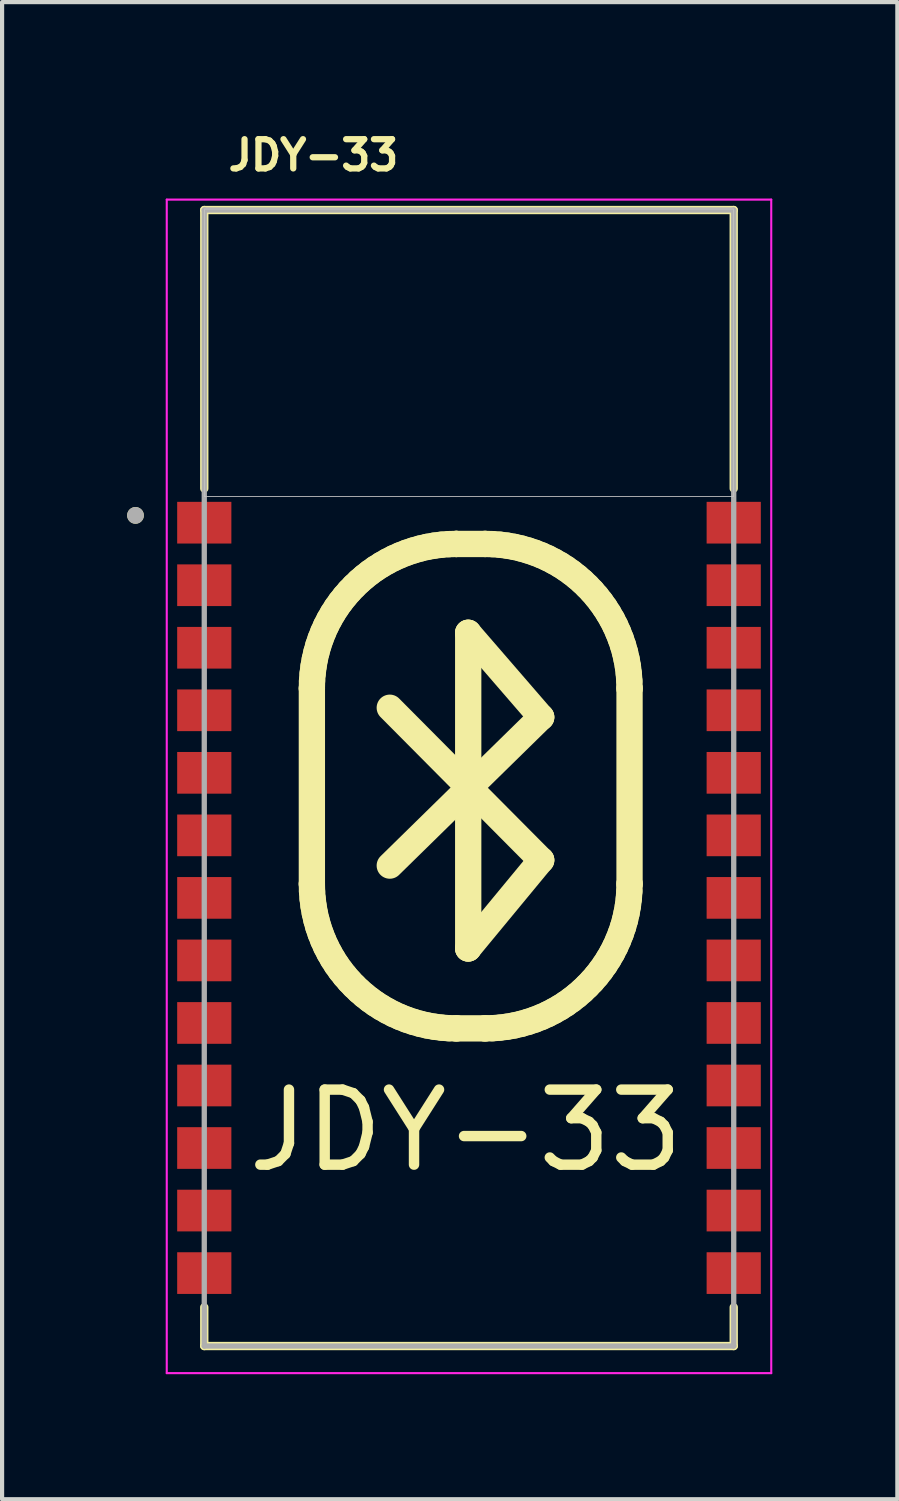
<source format=kicad_pcb>
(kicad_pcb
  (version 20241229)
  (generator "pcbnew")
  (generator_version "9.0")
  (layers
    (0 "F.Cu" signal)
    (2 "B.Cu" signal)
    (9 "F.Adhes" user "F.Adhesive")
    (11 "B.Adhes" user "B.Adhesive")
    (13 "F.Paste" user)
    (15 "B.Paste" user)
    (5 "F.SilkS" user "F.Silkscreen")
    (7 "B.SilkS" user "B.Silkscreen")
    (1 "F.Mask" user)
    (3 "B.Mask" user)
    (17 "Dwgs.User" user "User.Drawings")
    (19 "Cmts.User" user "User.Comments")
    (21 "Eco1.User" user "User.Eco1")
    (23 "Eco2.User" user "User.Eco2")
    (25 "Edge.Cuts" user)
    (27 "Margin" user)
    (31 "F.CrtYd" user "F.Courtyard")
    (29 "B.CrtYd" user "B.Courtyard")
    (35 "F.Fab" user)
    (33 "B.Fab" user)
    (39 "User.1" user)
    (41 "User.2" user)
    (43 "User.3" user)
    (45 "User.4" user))
  (footprint "JDY-33"
    (layer "F.Cu")
    (at 8.2 15.813)
    (property "Reference" "JDY-33" (at -3.732 -15.14 0) (layer "F.SilkS") (effects (font (size 0.701 0.701) (thickness 0.15))))
    (attr through_hole)
    (fp_poly (pts (xy 6.5 -13.9) (xy 6.5 -6.9) (xy -6.5 -6.9) (xy -6.5 -13.9)) (stroke (width 0.12) (type solid)) (fill yes) (layer "F.Mask"))
    (fp_poly (pts (xy 6.5 -13.9) (xy 6.5 -6.9) (xy -6.5 -6.9) (xy -6.5 -13.9)) (stroke (width 0.12) (type solid)) (fill yes) (layer "B.Mask"))
    (fp_line (start -6.35 -13.825) (end 6.35 -13.825) (stroke (width 0.2) (type solid)) (layer "F.SilkS"))
    (fp_line (start -6.35 -7.145) (end -6.35 -13.825) (stroke (width 0.2) (type solid)) (layer "F.SilkS"))
    (fp_line (start -6.35 12.495) (end -6.35 13.425) (stroke (width 0.2) (type solid)) (layer "F.SilkS"))
    (fp_line (start -6.35 13.425) (end 6.35 13.425) (stroke (width 0.2) (type solid)) (layer "F.SilkS"))
    (fp_line (start -3.769 -2.351) (end -3.769 -2.351) (stroke (width 0.631) (type solid)) (layer "F.SilkS"))
    (fp_line (start -3.769 -2.351) (end -3.765 -2.529) (stroke (width 0.631) (type solid)) (layer "F.SilkS"))
    (fp_line (start -3.769 2.341) (end -3.769 -2.351) (stroke (width 0.631) (type solid)) (layer "F.SilkS"))
    (fp_line (start -3.769 2.341) (end -3.769 2.341) (stroke (width 0.631) (type solid)) (layer "F.SilkS"))
    (fp_line (start -3.765 -2.529) (end -3.751 -2.705) (stroke (width 0.631) (type solid)) (layer "F.SilkS"))
    (fp_line (start -3.765 2.519) (end -3.769 2.341) (stroke (width 0.631) (type solid)) (layer "F.SilkS"))
    (fp_line (start -3.751 -2.705) (end -3.729 -2.878) (stroke (width 0.631) (type solid)) (layer "F.SilkS"))
    (fp_line (start -3.751 2.695) (end -3.765 2.519) (stroke (width 0.631) (type solid)) (layer "F.SilkS"))
    (fp_line (start -3.729 -2.878) (end -3.699 -3.049) (stroke (width 0.631) (type solid)) (layer "F.SilkS"))
    (fp_line (start -3.729 2.868) (end -3.751 2.695) (stroke (width 0.631) (type solid)) (layer "F.SilkS"))
    (fp_line (start -3.699 -3.049) (end -3.66 -3.216) (stroke (width 0.631) (type solid)) (layer "F.SilkS"))
    (fp_line (start -3.699 3.039) (end -3.729 2.868) (stroke (width 0.631) (type solid)) (layer "F.SilkS"))
    (fp_line (start -3.66 -3.216) (end -3.614 -3.381) (stroke (width 0.631) (type solid)) (layer "F.SilkS"))
    (fp_line (start -3.66 3.206) (end -3.699 3.039) (stroke (width 0.631) (type solid)) (layer "F.SilkS"))
    (fp_line (start -3.614 -3.381) (end -3.559 -3.542) (stroke (width 0.631) (type solid)) (layer "F.SilkS"))
    (fp_line (start -3.614 3.371) (end -3.66 3.206) (stroke (width 0.631) (type solid)) (layer "F.SilkS"))
    (fp_line (start -3.559 -3.542) (end -3.497 -3.699) (stroke (width 0.631) (type solid)) (layer "F.SilkS"))
    (fp_line (start -3.559 3.532) (end -3.614 3.371) (stroke (width 0.631) (type solid)) (layer "F.SilkS"))
    (fp_line (start -3.497 -3.699) (end -3.428 -3.853) (stroke (width 0.631) (type solid)) (layer "F.SilkS"))
    (fp_line (start -3.497 3.689) (end -3.559 3.532) (stroke (width 0.631) (type solid)) (layer "F.SilkS"))
    (fp_line (start -3.428 -3.853) (end -3.351 -4.002) (stroke (width 0.631) (type solid)) (layer "F.SilkS"))
    (fp_line (start -3.428 3.843) (end -3.497 3.689) (stroke (width 0.631) (type solid)) (layer "F.SilkS"))
    (fp_line (start -3.351 -4.002) (end -3.268 -4.147) (stroke (width 0.631) (type solid)) (layer "F.SilkS"))
    (fp_line (start -3.351 3.992) (end -3.428 3.843) (stroke (width 0.631) (type solid)) (layer "F.SilkS"))
    (fp_line (start -3.268 -4.147) (end -3.178 -4.288) (stroke (width 0.631) (type solid)) (layer "F.SilkS"))
    (fp_line (start -3.268 4.137) (end -3.351 3.992) (stroke (width 0.631) (type solid)) (layer "F.SilkS"))
    (fp_line (start -3.178 -4.288) (end -3.081 -4.424) (stroke (width 0.631) (type solid)) (layer "F.SilkS"))
    (fp_line (start -3.178 4.278) (end -3.268 4.137) (stroke (width 0.631) (type solid)) (layer "F.SilkS"))
    (fp_line (start -3.081 -4.424) (end -2.978 -4.554) (stroke (width 0.631) (type solid)) (layer "F.SilkS"))
    (fp_line (start -3.081 4.414) (end -3.178 4.278) (stroke (width 0.631) (type solid)) (layer "F.SilkS"))
    (fp_line (start -2.978 -4.554) (end -2.869 -4.68) (stroke (width 0.631) (type solid)) (layer "F.SilkS"))
    (fp_line (start -2.978 4.544) (end -3.081 4.414) (stroke (width 0.631) (type solid)) (layer "F.SilkS"))
    (fp_line (start -2.869 -4.68) (end -2.754 -4.8) (stroke (width 0.631) (type solid)) (layer "F.SilkS"))
    (fp_line (start -2.869 4.67) (end -2.978 4.544) (stroke (width 0.631) (type solid)) (layer "F.SilkS"))
    (fp_line (start -2.754 -4.8) (end -2.634 -4.915) (stroke (width 0.631) (type solid)) (layer "F.SilkS"))
    (fp_line (start -2.754 4.79) (end -2.869 4.67) (stroke (width 0.631) (type solid)) (layer "F.SilkS"))
    (fp_line (start -2.634 -4.915) (end -2.508 -5.024) (stroke (width 0.631) (type solid)) (layer "F.SilkS"))
    (fp_line (start -2.634 4.905) (end -2.754 4.79) (stroke (width 0.631) (type solid)) (layer "F.SilkS"))
    (fp_line (start -2.508 -5.024) (end -2.378 -5.127) (stroke (width 0.631) (type solid)) (layer "F.SilkS"))
    (fp_line (start -2.508 5.014) (end -2.634 4.905) (stroke (width 0.631) (type solid)) (layer "F.SilkS"))
    (fp_line (start -2.378 -5.127) (end -2.242 -5.224) (stroke (width 0.631) (type solid)) (layer "F.SilkS"))
    (fp_line (start -2.378 5.117) (end -2.508 5.014) (stroke (width 0.631) (type solid)) (layer "F.SilkS"))
    (fp_line (start -2.242 -5.224) (end -2.101 -5.314) (stroke (width 0.631) (type solid)) (layer "F.SilkS"))
    (fp_line (start -2.242 5.214) (end -2.378 5.117) (stroke (width 0.631) (type solid)) (layer "F.SilkS"))
    (fp_line (start -2.101 -5.314) (end -1.956 -5.397) (stroke (width 0.631) (type solid)) (layer "F.SilkS"))
    (fp_line (start -2.101 5.304) (end -2.242 5.214) (stroke (width 0.631) (type solid)) (layer "F.SilkS"))
    (fp_line (start -1.956 -5.397) (end -1.807 -5.474) (stroke (width 0.631) (type solid)) (layer "F.SilkS"))
    (fp_line (start -1.956 5.387) (end -2.101 5.304) (stroke (width 0.631) (type solid)) (layer "F.SilkS"))
    (fp_line (start -1.9 -1.886) (end 1.731 1.769) (stroke (width 0.631) (type solid)) (layer "F.SilkS"))
    (fp_line (start -1.807 -5.474) (end -1.653 -5.543) (stroke (width 0.631) (type solid)) (layer "F.SilkS"))
    (fp_line (start -1.807 5.464) (end -1.956 5.387) (stroke (width 0.631) (type solid)) (layer "F.SilkS"))
    (fp_line (start -1.653 -5.543) (end -1.496 -5.605) (stroke (width 0.631) (type solid)) (layer "F.SilkS"))
    (fp_line (start -1.653 5.533) (end -1.807 5.464) (stroke (width 0.631) (type solid)) (layer "F.SilkS"))
    (fp_line (start -1.496 -5.605) (end -1.335 -5.659) (stroke (width 0.631) (type solid)) (layer "F.SilkS"))
    (fp_line (start -1.496 5.595) (end -1.653 5.533) (stroke (width 0.631) (type solid)) (layer "F.SilkS"))
    (fp_line (start -1.335 -5.659) (end -1.17 -5.706) (stroke (width 0.631) (type solid)) (layer "F.SilkS"))
    (fp_line (start -1.335 5.649) (end -1.496 5.595) (stroke (width 0.631) (type solid)) (layer "F.SilkS"))
    (fp_line (start -1.17 -5.706) (end -1.003 -5.745) (stroke (width 0.631) (type solid)) (layer "F.SilkS"))
    (fp_line (start -1.17 5.696) (end -1.335 5.649) (stroke (width 0.631) (type solid)) (layer "F.SilkS"))
    (fp_line (start -1.003 -5.745) (end -0.832 -5.775) (stroke (width 0.631) (type solid)) (layer "F.SilkS"))
    (fp_line (start -1.003 5.735) (end -1.17 5.696) (stroke (width 0.631) (type solid)) (layer "F.SilkS"))
    (fp_line (start -0.832 -5.775) (end -0.659 -5.797) (stroke (width 0.631) (type solid)) (layer "F.SilkS"))
    (fp_line (start -0.832 5.765) (end -1.003 5.735) (stroke (width 0.631) (type solid)) (layer "F.SilkS"))
    (fp_line (start -0.659 -5.797) (end -0.483 -5.811) (stroke (width 0.631) (type solid)) (layer "F.SilkS"))
    (fp_line (start -0.659 5.787) (end -0.832 5.765) (stroke (width 0.631) (type solid)) (layer "F.SilkS"))
    (fp_line (start -0.483 -5.811) (end -0.305 -5.815) (stroke (width 0.631) (type solid)) (layer "F.SilkS"))
    (fp_line (start -0.483 5.801) (end -0.659 5.787) (stroke (width 0.631) (type solid)) (layer "F.SilkS"))
    (fp_line (start -0.305 -5.815) (end -0.305 -5.815) (stroke (width 0.631) (type solid)) (layer "F.SilkS"))
    (fp_line (start -0.305 -5.815) (end -0.305 -5.815) (stroke (width 0.631) (type solid)) (layer "F.SilkS"))
    (fp_line (start -0.305 -5.815) (end 0.386 -5.815) (stroke (width 0.631) (type solid)) (layer "F.SilkS"))
    (fp_line (start -0.305 5.805) (end -0.483 5.801) (stroke (width 0.631) (type solid)) (layer "F.SilkS"))
    (fp_line (start -0.305 5.805) (end -0.305 5.805) (stroke (width 0.631) (type solid)) (layer "F.SilkS"))
    (fp_line (start -0.019 -3.684) (end -0.019 -3.684) (stroke (width 0.631) (type solid)) (layer "F.SilkS"))
    (fp_line (start -0.019 -3.684) (end 1.731 -1.66) (stroke (width 0.631) (type solid)) (layer "F.SilkS"))
    (fp_line (start -0.019 3.888) (end -0.019 -3.684) (stroke (width 0.631) (type solid)) (layer "F.SilkS"))
    (fp_line (start -0.019 3.888) (end -0.019 3.888) (stroke (width 0.631) (type solid)) (layer "F.SilkS"))
    (fp_line (start 0.386 -5.815) (end 0.386 -5.815) (stroke (width 0.631) (type solid)) (layer "F.SilkS"))
    (fp_line (start 0.386 -5.815) (end 0.564 -5.811) (stroke (width 0.631) (type solid)) (layer "F.SilkS"))
    (fp_line (start 0.386 5.805) (end -0.305 5.805) (stroke (width 0.631) (type solid)) (layer "F.SilkS"))
    (fp_line (start 0.386 5.805) (end 0.386 5.805) (stroke (width 0.631) (type solid)) (layer "F.SilkS"))
    (fp_line (start 0.564 -5.811) (end 0.74 -5.797) (stroke (width 0.631) (type solid)) (layer "F.SilkS"))
    (fp_line (start 0.564 5.801) (end 0.386 5.805) (stroke (width 0.631) (type solid)) (layer "F.SilkS"))
    (fp_line (start 0.74 -5.797) (end 0.914 -5.775) (stroke (width 0.631) (type solid)) (layer "F.SilkS"))
    (fp_line (start 0.74 5.787) (end 0.564 5.801) (stroke (width 0.631) (type solid)) (layer "F.SilkS"))
    (fp_line (start 0.914 -5.775) (end 1.084 -5.745) (stroke (width 0.631) (type solid)) (layer "F.SilkS"))
    (fp_line (start 0.914 5.765) (end 0.74 5.787) (stroke (width 0.631) (type solid)) (layer "F.SilkS"))
    (fp_line (start 1.084 -5.745) (end 1.252 -5.706) (stroke (width 0.631) (type solid)) (layer "F.SilkS"))
    (fp_line (start 1.084 5.735) (end 0.914 5.765) (stroke (width 0.631) (type solid)) (layer "F.SilkS"))
    (fp_line (start 1.252 -5.706) (end 1.416 -5.659) (stroke (width 0.631) (type solid)) (layer "F.SilkS"))
    (fp_line (start 1.252 5.696) (end 1.084 5.735) (stroke (width 0.631) (type solid)) (layer "F.SilkS"))
    (fp_line (start 1.416 -5.659) (end 1.577 -5.605) (stroke (width 0.631) (type solid)) (layer "F.SilkS"))
    (fp_line (start 1.416 5.649) (end 1.252 5.696) (stroke (width 0.631) (type solid)) (layer "F.SilkS"))
    (fp_line (start 1.577 -5.605) (end 1.735 -5.543) (stroke (width 0.631) (type solid)) (layer "F.SilkS"))
    (fp_line (start 1.577 5.595) (end 1.416 5.649) (stroke (width 0.631) (type solid)) (layer "F.SilkS"))
    (fp_line (start 1.731 -1.66) (end -1.9 1.9) (stroke (width 0.631) (type solid)) (layer "F.SilkS"))
    (fp_line (start 1.731 -1.66) (end 1.731 -1.66) (stroke (width 0.631) (type solid)) (layer "F.SilkS"))
    (fp_line (start 1.731 1.769) (end -0.019 3.888) (stroke (width 0.631) (type solid)) (layer "F.SilkS"))
    (fp_line (start 1.731 1.769) (end 1.731 1.769) (stroke (width 0.631) (type solid)) (layer "F.SilkS"))
    (fp_line (start 1.735 -5.543) (end 1.888 -5.474) (stroke (width 0.631) (type solid)) (layer "F.SilkS"))
    (fp_line (start 1.735 5.533) (end 1.577 5.595) (stroke (width 0.631) (type solid)) (layer "F.SilkS"))
    (fp_line (start 1.888 -5.474) (end 2.037 -5.397) (stroke (width 0.631) (type solid)) (layer "F.SilkS"))
    (fp_line (start 1.888 5.464) (end 1.735 5.533) (stroke (width 0.631) (type solid)) (layer "F.SilkS"))
    (fp_line (start 2.037 -5.397) (end 2.183 -5.314) (stroke (width 0.631) (type solid)) (layer "F.SilkS"))
    (fp_line (start 2.037 5.387) (end 1.888 5.464) (stroke (width 0.631) (type solid)) (layer "F.SilkS"))
    (fp_line (start 2.183 -5.314) (end 2.323 -5.224) (stroke (width 0.631) (type solid)) (layer "F.SilkS"))
    (fp_line (start 2.183 5.304) (end 2.037 5.387) (stroke (width 0.631) (type solid)) (layer "F.SilkS"))
    (fp_line (start 2.323 -5.224) (end 2.459 -5.127) (stroke (width 0.631) (type solid)) (layer "F.SilkS"))
    (fp_line (start 2.323 5.214) (end 2.183 5.304) (stroke (width 0.631) (type solid)) (layer "F.SilkS"))
    (fp_line (start 2.459 -5.127) (end 2.59 -5.024) (stroke (width 0.631) (type solid)) (layer "F.SilkS"))
    (fp_line (start 2.459 5.117) (end 2.323 5.214) (stroke (width 0.631) (type solid)) (layer "F.SilkS"))
    (fp_line (start 2.59 -5.024) (end 2.716 -4.915) (stroke (width 0.631) (type solid)) (layer "F.SilkS"))
    (fp_line (start 2.59 5.014) (end 2.459 5.117) (stroke (width 0.631) (type solid)) (layer "F.SilkS"))
    (fp_line (start 2.716 -4.915) (end 2.836 -4.8) (stroke (width 0.631) (type solid)) (layer "F.SilkS"))
    (fp_line (start 2.716 4.905) (end 2.59 5.014) (stroke (width 0.631) (type solid)) (layer "F.SilkS"))
    (fp_line (start 2.836 -4.8) (end 2.951 -4.68) (stroke (width 0.631) (type solid)) (layer "F.SilkS"))
    (fp_line (start 2.836 4.79) (end 2.716 4.905) (stroke (width 0.631) (type solid)) (layer "F.SilkS"))
    (fp_line (start 2.951 -4.68) (end 3.06 -4.554) (stroke (width 0.631) (type solid)) (layer "F.SilkS"))
    (fp_line (start 2.951 4.67) (end 2.836 4.79) (stroke (width 0.631) (type solid)) (layer "F.SilkS"))
    (fp_line (start 3.06 -4.554) (end 3.162 -4.424) (stroke (width 0.631) (type solid)) (layer "F.SilkS"))
    (fp_line (start 3.06 4.544) (end 2.951 4.67) (stroke (width 0.631) (type solid)) (layer "F.SilkS"))
    (fp_line (start 3.162 -4.424) (end 3.259 -4.288) (stroke (width 0.631) (type solid)) (layer "F.SilkS"))
    (fp_line (start 3.162 4.414) (end 3.06 4.544) (stroke (width 0.631) (type solid)) (layer "F.SilkS"))
    (fp_line (start 3.259 -4.288) (end 3.349 -4.147) (stroke (width 0.631) (type solid)) (layer "F.SilkS"))
    (fp_line (start 3.259 4.278) (end 3.162 4.414) (stroke (width 0.631) (type solid)) (layer "F.SilkS"))
    (fp_line (start 3.349 -4.147) (end 3.433 -4.002) (stroke (width 0.631) (type solid)) (layer "F.SilkS"))
    (fp_line (start 3.349 4.137) (end 3.259 4.278) (stroke (width 0.631) (type solid)) (layer "F.SilkS"))
    (fp_line (start 3.433 -4.002) (end 3.509 -3.853) (stroke (width 0.631) (type solid)) (layer "F.SilkS"))
    (fp_line (start 3.433 3.992) (end 3.349 4.137) (stroke (width 0.631) (type solid)) (layer "F.SilkS"))
    (fp_line (start 3.509 -3.853) (end 3.578 -3.699) (stroke (width 0.631) (type solid)) (layer "F.SilkS"))
    (fp_line (start 3.509 3.843) (end 3.433 3.992) (stroke (width 0.631) (type solid)) (layer "F.SilkS"))
    (fp_line (start 3.578 -3.699) (end 3.64 -3.542) (stroke (width 0.631) (type solid)) (layer "F.SilkS"))
    (fp_line (start 3.578 3.689) (end 3.509 3.843) (stroke (width 0.631) (type solid)) (layer "F.SilkS"))
    (fp_line (start 3.64 -3.542) (end 3.695 -3.381) (stroke (width 0.631) (type solid)) (layer "F.SilkS"))
    (fp_line (start 3.64 3.532) (end 3.578 3.689) (stroke (width 0.631) (type solid)) (layer "F.SilkS"))
    (fp_line (start 3.695 -3.381) (end 3.742 -3.216) (stroke (width 0.631) (type solid)) (layer "F.SilkS"))
    (fp_line (start 3.695 3.371) (end 3.64 3.532) (stroke (width 0.631) (type solid)) (layer "F.SilkS"))
    (fp_line (start 3.742 -3.216) (end 3.78 -3.049) (stroke (width 0.631) (type solid)) (layer "F.SilkS"))
    (fp_line (start 3.742 3.206) (end 3.695 3.371) (stroke (width 0.631) (type solid)) (layer "F.SilkS"))
    (fp_line (start 3.78 -3.049) (end 3.811 -2.878) (stroke (width 0.631) (type solid)) (layer "F.SilkS"))
    (fp_line (start 3.78 3.039) (end 3.742 3.206) (stroke (width 0.631) (type solid)) (layer "F.SilkS"))
    (fp_line (start 3.811 -2.878) (end 3.833 -2.705) (stroke (width 0.631) (type solid)) (layer "F.SilkS"))
    (fp_line (start 3.811 2.868) (end 3.78 3.039) (stroke (width 0.631) (type solid)) (layer "F.SilkS"))
    (fp_line (start 3.833 -2.705) (end 3.846 -2.529) (stroke (width 0.631) (type solid)) (layer "F.SilkS"))
    (fp_line (start 3.833 2.695) (end 3.811 2.868) (stroke (width 0.631) (type solid)) (layer "F.SilkS"))
    (fp_line (start 3.846 -2.529) (end 3.851 -2.351) (stroke (width 0.631) (type solid)) (layer "F.SilkS"))
    (fp_line (start 3.846 2.519) (end 3.833 2.695) (stroke (width 0.631) (type solid)) (layer "F.SilkS"))
    (fp_line (start 3.851 -2.351) (end 3.851 -2.351) (stroke (width 0.631) (type solid)) (layer "F.SilkS"))
    (fp_line (start 3.851 -2.351) (end 3.851 2.341) (stroke (width 0.631) (type solid)) (layer "F.SilkS"))
    (fp_line (start 3.851 2.341) (end 3.846 2.519) (stroke (width 0.631) (type solid)) (layer "F.SilkS"))
    (fp_line (start 3.851 2.341) (end 3.851 2.341) (stroke (width 0.631) (type solid)) (layer "F.SilkS"))
    (fp_line (start 6.35 -13.825) (end 6.35 -7.145) (stroke (width 0.2) (type solid)) (layer "F.SilkS"))
    (fp_line (start 6.35 13.425) (end 6.35 12.495) (stroke (width 0.2) (type solid)) (layer "F.SilkS"))
    (fp_circle (center -8 -6.5) (end -7.9 -6.5) (stroke (width 0.2) (type solid)) (fill no) (layer "F.SilkS"))
    (fp_poly (pts (xy -6.35 -13.85) (xy 6.35 -13.85) (xy 6.35 -6.95) (xy -6.35 -6.95)) (stroke (width 0.01) (type solid)) (fill no) (layer "Dwgs.User"))
    (fp_poly (pts (xy -6.35 -13.85) (xy 6.35 -13.85) (xy 6.35 -6.95) (xy -6.35 -6.95)) (stroke (width 0.01) (type solid)) (fill no) (layer "Dwgs.User"))
    (fp_poly (pts (xy -6.35 -13.85) (xy 6.35 -13.85) (xy 6.35 -6.95) (xy -6.35 -6.95)) (stroke (width 0.01) (type solid)) (fill no) (layer "Dwgs.User"))
    (fp_line (start -7.25 -14.075) (end 7.25 -14.075) (stroke (width 0.05) (type solid)) (layer "F.CrtYd"))
    (fp_line (start -7.25 14.075) (end -7.25 -14.075) (stroke (width 0.05) (type solid)) (layer "F.CrtYd"))
    (fp_line (start 7.25 -14.075) (end 7.25 14.075) (stroke (width 0.05) (type solid)) (layer "F.CrtYd"))
    (fp_line (start 7.25 14.075) (end -7.25 14.075) (stroke (width 0.05) (type solid)) (layer "F.CrtYd"))
    (fp_line (start -6.35 -13.825) (end 6.35 -13.825) (stroke (width 0.127) (type solid)) (layer "F.Fab"))
    (fp_line (start -6.35 13.425) (end -6.35 -13.825) (stroke (width 0.127) (type solid)) (layer "F.Fab"))
    (fp_line (start 6.35 -13.825) (end 6.35 13.425) (stroke (width 0.127) (type solid)) (layer "F.Fab"))
    (fp_line (start 6.35 13.425) (end -6.35 13.425) (stroke (width 0.127) (type solid)) (layer "F.Fab"))
    (fp_circle (center -8 -6.5) (end -7.9 -6.5) (stroke (width 0.2) (type solid)) (fill no) (layer "F.Fab"))
    (fp_text user "JDY-33" (at -5.426 9.307 0) (unlocked yes) (layer "F.SilkS") (effects (font (size 1.8 1.8) (thickness 0.25)) (justify left bottom)))
    (pad "1" smd rect (at -6.35 -6.325) (size 1.3 1) (layers "F.Cu" "F.Mask" "F.Paste"))
    (pad "2" smd rect (at -6.35 -4.825) (size 1.3 1) (layers "F.Cu" "F.Mask" "F.Paste"))
    (pad "3" smd rect (at -6.35 -3.325) (size 1.3 1) (layers "F.Cu" "F.Mask" "F.Paste"))
    (pad "4" smd rect (at -6.35 -1.825) (size 1.3 1) (layers "F.Cu" "F.Mask" "F.Paste"))
    (pad "5" smd rect (at -6.35 -0.325) (size 1.3 1) (layers "F.Cu" "F.Mask" "F.Paste"))
    (pad "6" smd rect (at -6.35 1.175) (size 1.3 1) (layers "F.Cu" "F.Mask" "F.Paste"))
    (pad "7" smd rect (at -6.35 2.675) (size 1.3 1) (layers "F.Cu" "F.Mask" "F.Paste"))
    (pad "8" smd rect (at -6.35 4.175) (size 1.3 1) (layers "F.Cu" "F.Mask" "F.Paste"))
    (pad "9" smd rect (at -6.35 5.675) (size 1.3 1) (layers "F.Cu" "F.Mask" "F.Paste"))
    (pad "10" smd rect (at -6.35 7.175) (size 1.3 1) (layers "F.Cu" "F.Mask" "F.Paste"))
    (pad "11" smd rect (at -6.35 8.675) (size 1.3 1) (layers "F.Cu" "F.Mask" "F.Paste"))
    (pad "12" smd rect (at -6.35 10.175) (size 1.3 1) (layers "F.Cu" "F.Mask" "F.Paste"))
    (pad "13" smd rect (at -6.35 11.675) (size 1.3 1) (layers "F.Cu" "F.Mask" "F.Paste"))
    (pad "14" smd rect (at 6.35 11.675 180) (size 1.3 1) (layers "F.Cu" "F.Mask" "F.Paste"))
    (pad "15" smd rect (at 6.35 10.175 180) (size 1.3 1) (layers "F.Cu" "F.Mask" "F.Paste"))
    (pad "16" smd rect (at 6.35 8.675 180) (size 1.3 1) (layers "F.Cu" "F.Mask" "F.Paste"))
    (pad "17" smd rect (at 6.35 7.175 180) (size 1.3 1) (layers "F.Cu" "F.Mask" "F.Paste"))
    (pad "18" smd rect (at 6.35 5.675 180) (size 1.3 1) (layers "F.Cu" "F.Mask" "F.Paste"))
    (pad "19" smd rect (at 6.35 4.175 180) (size 1.3 1) (layers "F.Cu" "F.Mask" "F.Paste"))
    (pad "20" smd rect (at 6.35 2.675 180) (size 1.3 1) (layers "F.Cu" "F.Mask" "F.Paste"))
    (pad "21" smd rect (at 6.35 1.175 180) (size 1.3 1) (layers "F.Cu" "F.Mask" "F.Paste"))
    (pad "22" smd rect (at 6.35 -0.325 180) (size 1.3 1) (layers "F.Cu" "F.Mask" "F.Paste"))
    (pad "23" smd rect (at 6.35 -1.825 180) (size 1.3 1) (layers "F.Cu" "F.Mask" "F.Paste"))
    (pad "24" smd rect (at 6.35 -3.325 180) (size 1.3 1) (layers "F.Cu" "F.Mask" "F.Paste"))
    (pad "25" smd rect (at 6.35 -4.825 180) (size 1.3 1) (layers "F.Cu" "F.Mask" "F.Paste"))
    (pad "26" smd rect (at 6.35 -6.325 180) (size 1.3 1) (layers "F.Cu" "F.Mask" "F.Paste"))
    (zone (net_name "") (layer "F.Cu") (name "Bluetooth keepout") (hatch edge 0.508) (connect_pads) (min_thickness 0.254) (filled_areas_thickness no) (keepout (tracks not_allowed) (vias not_allowed) (pads allowed) (copperpour not_allowed) (footprints allowed)) (placement (enabled no)) (fill) (polygon (pts (xy 14.1 2.213) (xy 14.1 29.013) (xy 2.25 29.013) (xy 2.25 2.213))))
    (zone (net_name "") (layer "B.Cu") (name "Bluetooth keepout bottom") (hatch edge 0.508) (connect_pads) (min_thickness 0.254) (filled_areas_thickness no) (keepout (tracks not_allowed) (vias not_allowed) (pads not_allowed) (copperpour not_allowed) (footprints allowed)) (placement (enabled no)) (fill) (polygon (pts (xy 14.7 1.913) (xy 14.7 8.913) (xy 1.707 8.917) (xy 1.7 1.913)))))
  (gr_rect
    (start -3 -3)
    (end 18.475 32.913)
    (stroke (width 0.1) (type default))
    (fill no)
    (layer "Edge.Cuts")))
</source>
